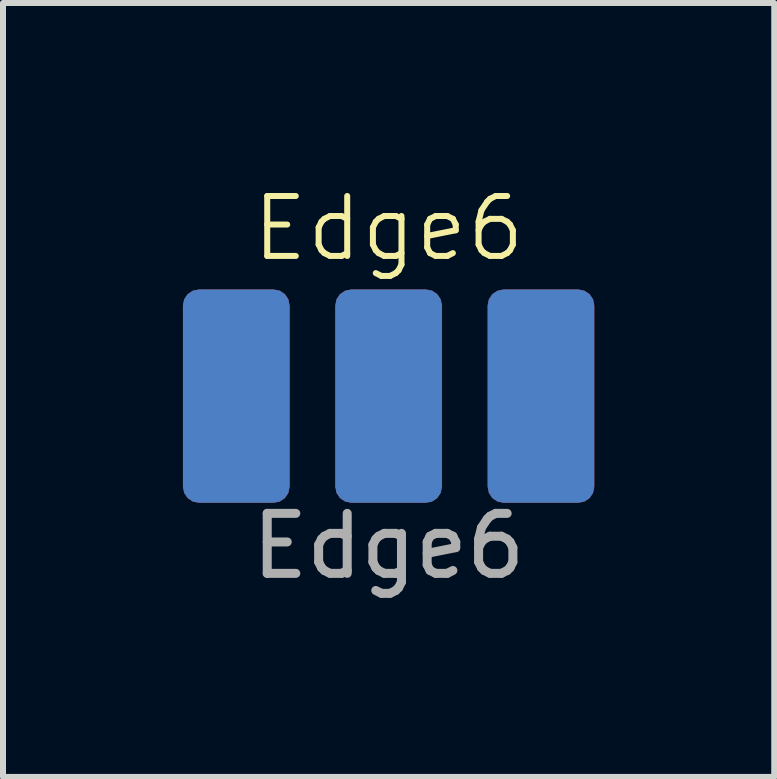
<source format=kicad_pcb>
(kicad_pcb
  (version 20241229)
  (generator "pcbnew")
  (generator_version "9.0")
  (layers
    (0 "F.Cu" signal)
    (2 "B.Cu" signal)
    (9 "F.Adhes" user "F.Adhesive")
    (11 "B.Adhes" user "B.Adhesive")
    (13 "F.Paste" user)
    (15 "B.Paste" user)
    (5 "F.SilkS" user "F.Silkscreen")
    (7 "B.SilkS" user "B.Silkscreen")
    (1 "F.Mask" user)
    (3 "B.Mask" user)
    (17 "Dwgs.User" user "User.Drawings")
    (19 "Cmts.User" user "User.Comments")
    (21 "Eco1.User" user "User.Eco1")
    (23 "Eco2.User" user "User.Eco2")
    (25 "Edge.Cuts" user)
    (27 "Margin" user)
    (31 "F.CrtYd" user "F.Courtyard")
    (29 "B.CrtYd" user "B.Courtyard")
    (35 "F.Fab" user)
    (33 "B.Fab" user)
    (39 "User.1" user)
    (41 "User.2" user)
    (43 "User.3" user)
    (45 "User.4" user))
  (footprint "Edge6"
    (layer "F.Cu")
    (at 3.429 3.554)
    (property "Reference" "Edge6" (at 0 -2.794 0) (unlocked yes) (layer "F.SilkS") (effects (font (size 1 1) (thickness 0.1))))
    (attr smd)
    (fp_text user "${REFERENCE}" (at 0 2.5 0) (unlocked yes) (layer "F.Fab") (effects (font (size 1 1) (thickness 0.15))))
    (pad "1" smd roundrect (at -2.54 0 90) (size 3.556 1.778) (layers "F.Cu" "F.Mask" "F.Paste") (roundrect_rratio 0.15))
    (pad "2" smd roundrect (at -2.54 0 270) (size 3.556 1.778) (layers "B.Cu" "B.Mask" "B.Paste") (roundrect_rratio 0.15))
    (pad "3" smd roundrect (at 0 0 90) (size 3.556 1.778) (layers "F.Cu" "F.Mask" "F.Paste") (roundrect_rratio 0.15))
    (pad "4" smd roundrect (at 0 0 270) (size 3.556 1.778) (layers "B.Cu" "B.Mask" "B.Paste") (roundrect_rratio 0.15))
    (pad "5" smd roundrect (at 2.54 0 90) (size 3.556 1.778) (layers "F.Cu" "F.Mask" "F.Paste") (roundrect_rratio 0.15))
    (pad "6" smd roundrect (at 2.54 0 270) (size 3.556 1.778) (layers "B.Cu" "B.Mask" "B.Paste") (roundrect_rratio 0.15)))
  (gr_rect
    (start -3 -3)
    (end 9.858 9.903)
    (stroke (width 0.1) (type default))
    (fill no)
    (layer "Edge.Cuts")))
</source>
